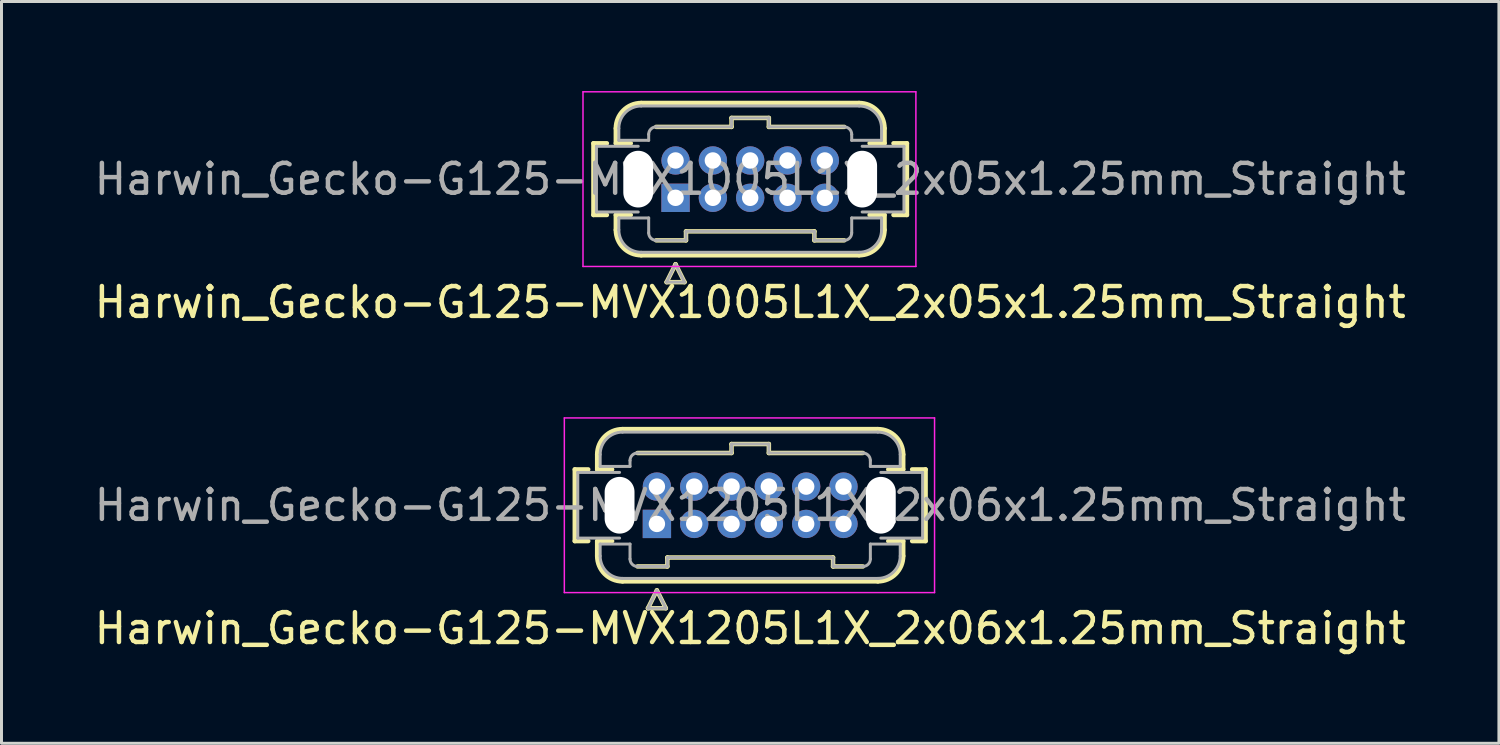
<source format=kicad_pcb>
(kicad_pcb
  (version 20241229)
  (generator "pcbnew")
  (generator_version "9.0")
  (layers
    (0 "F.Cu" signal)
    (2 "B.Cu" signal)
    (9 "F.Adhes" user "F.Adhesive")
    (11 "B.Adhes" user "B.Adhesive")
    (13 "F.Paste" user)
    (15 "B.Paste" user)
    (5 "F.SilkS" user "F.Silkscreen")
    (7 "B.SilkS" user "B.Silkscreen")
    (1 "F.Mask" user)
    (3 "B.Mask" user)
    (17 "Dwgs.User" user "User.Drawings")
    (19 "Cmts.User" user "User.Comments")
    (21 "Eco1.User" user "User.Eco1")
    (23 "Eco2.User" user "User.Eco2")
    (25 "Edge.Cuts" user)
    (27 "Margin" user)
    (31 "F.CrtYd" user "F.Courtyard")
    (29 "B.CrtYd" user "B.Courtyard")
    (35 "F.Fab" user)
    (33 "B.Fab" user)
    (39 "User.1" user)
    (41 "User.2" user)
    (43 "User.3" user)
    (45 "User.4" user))
  (footprint "Harwin_Gecko-G125-MVX1205L1X_2x06x1.25mm_Straight"
    (layer "F.Cu")
    (at 18.952 14.498)
    (property "Reference" "Harwin_Gecko-G125-MVX1205L1X_2x06x1.25mm_Straight" (at 3.125 3.5 0) (layer "F.SilkS") (effects (font (size 1 1) (thickness 0.15))))
    (attr through_hole)
    (fp_line (start -2.75 -1.825) (end -2.75 0.575) (stroke (width 0.15) (type solid)) (layer "F.SilkS"))
    (fp_line (start -2.75 0.575) (end -2.3 0.575) (stroke (width 0.15) (type solid)) (layer "F.SilkS"))
    (fp_line (start -2.3 -1.825) (end -2.75 -1.825) (stroke (width 0.15) (type solid)) (layer "F.SilkS"))
    (fp_line (start -2 -1.825) (end -2 -2.325) (stroke (width 0.15) (type solid)) (layer "F.SilkS"))
    (fp_line (start -2 -1.825) (end -1.5 -1.825) (stroke (width 0.15) (type solid)) (layer "F.SilkS"))
    (fp_line (start -2 0.575) (end -1.5 0.575) (stroke (width 0.15) (type solid)) (layer "F.SilkS"))
    (fp_line (start -2 1.075) (end -2 0.575) (stroke (width 0.15) (type solid)) (layer "F.SilkS"))
    (fp_line (start -1.15 -3.175) (end 7.4 -3.175) (stroke (width 0.15) (type solid)) (layer "F.SilkS"))
    (fp_line (start -1.15 1.925) (end 7.4 1.925) (stroke (width 0.15) (type solid)) (layer "F.SilkS"))
    (fp_line (start -0.65 -2.375) (end 2.5 -2.375) (stroke (width 0.15) (type solid)) (layer "F.SilkS"))
    (fp_line (start -0.65 1.425) (end 0.35 1.425) (stroke (width 0.15) (type solid)) (layer "F.SilkS"))
    (fp_line (start -0.3 2.825) (end 0.3 2.825) (stroke (width 0.15) (type solid)) (layer "F.SilkS"))
    (fp_line (start 0 2.225) (end -0.3 2.825) (stroke (width 0.15) (type solid)) (layer "F.SilkS"))
    (fp_line (start 0.3 2.825) (end 0 2.225) (stroke (width 0.15) (type solid)) (layer "F.SilkS"))
    (fp_line (start 0.35 1.125) (end 5.9 1.125) (stroke (width 0.15) (type solid)) (layer "F.SilkS"))
    (fp_line (start 0.35 1.425) (end 0.35 1.125) (stroke (width 0.15) (type solid)) (layer "F.SilkS"))
    (fp_line (start 2.5 -2.675) (end 3.75 -2.675) (stroke (width 0.15) (type solid)) (layer "F.SilkS"))
    (fp_line (start 2.5 -2.375) (end 2.5 -2.675) (stroke (width 0.15) (type solid)) (layer "F.SilkS"))
    (fp_line (start 3.75 -2.675) (end 3.75 -2.375) (stroke (width 0.15) (type solid)) (layer "F.SilkS"))
    (fp_line (start 3.75 -2.375) (end 6.9 -2.375) (stroke (width 0.15) (type solid)) (layer "F.SilkS"))
    (fp_line (start 5.9 1.125) (end 5.9 1.425) (stroke (width 0.15) (type solid)) (layer "F.SilkS"))
    (fp_line (start 5.9 1.425) (end 6.9 1.425) (stroke (width 0.15) (type solid)) (layer "F.SilkS"))
    (fp_line (start 8.25 -2.325) (end 8.25 -1.825) (stroke (width 0.15) (type solid)) (layer "F.SilkS"))
    (fp_line (start 8.25 -1.825) (end 7.75 -1.825) (stroke (width 0.15) (type solid)) (layer "F.SilkS"))
    (fp_line (start 8.25 0.575) (end 7.75 0.575) (stroke (width 0.15) (type solid)) (layer "F.SilkS"))
    (fp_line (start 8.25 1.075) (end 8.25 0.575) (stroke (width 0.15) (type solid)) (layer "F.SilkS"))
    (fp_line (start 8.55 0.575) (end 9 0.575) (stroke (width 0.15) (type solid)) (layer "F.SilkS"))
    (fp_line (start 9 -1.825) (end 8.55 -1.825) (stroke (width 0.15) (type solid)) (layer "F.SilkS"))
    (fp_line (start 9 -1.825) (end 9 0.575) (stroke (width 0.15) (type solid)) (layer "F.SilkS"))
    (fp_arc (start -2 -2.325) (mid -1.751041 -2.926041) (end -1.15 -3.175) (stroke (width 0.15) (type solid)) (layer "F.SilkS"))
    (fp_arc (start -1.15 1.925) (mid -1.751041 1.676041) (end -2 1.075) (stroke (width 0.15) (type solid)) (layer "F.SilkS"))
    (fp_arc (start 7.4 -3.175) (mid 8.001041 -2.926041) (end 8.25 -2.325) (stroke (width 0.15) (type solid)) (layer "F.SilkS"))
    (fp_arc (start 8.25 1.075) (mid 8.001041 1.676041) (end 7.4 1.925) (stroke (width 0.15) (type solid)) (layer "F.SilkS"))
    (fp_line (start -3.1 -3.55) (end -3.1 2.3) (stroke (width 0.05) (type solid)) (layer "F.CrtYd"))
    (fp_line (start -3.1 2.3) (end 9.3 2.3) (stroke (width 0.05) (type solid)) (layer "F.CrtYd"))
    (fp_line (start 9.3 -3.55) (end -3.1 -3.55) (stroke (width 0.05) (type solid)) (layer "F.CrtYd"))
    (fp_line (start 9.3 2.3) (end 9.3 -3.55) (stroke (width 0.05) (type solid)) (layer "F.CrtYd"))
    (fp_line (start -2.65 0.475) (end -2.65 -1.725) (stroke (width 0.1) (type solid)) (layer "F.Fab"))
    (fp_line (start -2.65 0.475) (end -1.25 0.475) (stroke (width 0.1) (type solid)) (layer "F.Fab"))
    (fp_line (start -1.9 -2.325) (end -1.9 -1.925) (stroke (width 0.1) (type solid)) (layer "F.Fab"))
    (fp_line (start -1.9 -1.925) (end -0.9 -1.925) (stroke (width 0.1) (type solid)) (layer "F.Fab"))
    (fp_line (start -1.9 0.675) (end -0.9 0.675) (stroke (width 0.1) (type solid)) (layer "F.Fab"))
    (fp_line (start -1.9 1.075) (end -1.9 0.675) (stroke (width 0.1) (type solid)) (layer "F.Fab"))
    (fp_line (start -1.25 -1.725) (end -2.65 -1.725) (stroke (width 0.1) (type solid)) (layer "F.Fab"))
    (fp_line (start -1.15 -3.075) (end 7.4 -3.075) (stroke (width 0.1) (type solid)) (layer "F.Fab"))
    (fp_line (start -1.15 1.825) (end 7.4 1.825) (stroke (width 0.1) (type solid)) (layer "F.Fab"))
    (fp_line (start -0.9 -2.125) (end -0.9 -1.925) (stroke (width 0.1) (type solid)) (layer "F.Fab"))
    (fp_line (start -0.9 1.175) (end -0.9 0.675) (stroke (width 0.1) (type solid)) (layer "F.Fab"))
    (fp_line (start -0.65 -2.375) (end 2.5 -2.375) (stroke (width 0.1) (type solid)) (layer "F.Fab"))
    (fp_line (start -0.65 1.425) (end 0.35 1.425) (stroke (width 0.1) (type solid)) (layer "F.Fab"))
    (fp_line (start -0.3 2.825) (end 0.3 2.825) (stroke (width 0.1) (type solid)) (layer "F.Fab"))
    (fp_line (start 0 2.225) (end -0.3 2.825) (stroke (width 0.1) (type solid)) (layer "F.Fab"))
    (fp_line (start 0.3 2.825) (end 0 2.225) (stroke (width 0.1) (type solid)) (layer "F.Fab"))
    (fp_line (start 0.35 1.125) (end 5.9 1.125) (stroke (width 0.1) (type solid)) (layer "F.Fab"))
    (fp_line (start 0.35 1.425) (end 0.35 1.125) (stroke (width 0.1) (type solid)) (layer "F.Fab"))
    (fp_line (start 2.5 -2.675) (end 3.75 -2.675) (stroke (width 0.1) (type solid)) (layer "F.Fab"))
    (fp_line (start 2.5 -2.375) (end 2.5 -2.675) (stroke (width 0.1) (type solid)) (layer "F.Fab"))
    (fp_line (start 3.75 -2.675) (end 3.75 -2.375) (stroke (width 0.1) (type solid)) (layer "F.Fab"))
    (fp_line (start 3.75 -2.375) (end 6.9 -2.375) (stroke (width 0.1) (type solid)) (layer "F.Fab"))
    (fp_line (start 5.9 1.125) (end 5.9 1.425) (stroke (width 0.1) (type solid)) (layer "F.Fab"))
    (fp_line (start 5.9 1.425) (end 6.9 1.425) (stroke (width 0.1) (type solid)) (layer "F.Fab"))
    (fp_line (start 7.15 -2.125) (end 7.15 -1.925) (stroke (width 0.1) (type solid)) (layer "F.Fab"))
    (fp_line (start 7.15 1.175) (end 7.15 0.675) (stroke (width 0.1) (type solid)) (layer "F.Fab"))
    (fp_line (start 7.5 0.475) (end 8.9 0.475) (stroke (width 0.1) (type solid)) (layer "F.Fab"))
    (fp_line (start 8.15 -2.325) (end 8.15 -1.925) (stroke (width 0.1) (type solid)) (layer "F.Fab"))
    (fp_line (start 8.15 -1.925) (end 7.15 -1.925) (stroke (width 0.1) (type solid)) (layer "F.Fab"))
    (fp_line (start 8.15 0.675) (end 7.15 0.675) (stroke (width 0.1) (type solid)) (layer "F.Fab"))
    (fp_line (start 8.15 1.075) (end 8.15 0.675) (stroke (width 0.1) (type solid)) (layer "F.Fab"))
    (fp_line (start 8.9 -1.725) (end 7.5 -1.725) (stroke (width 0.1) (type solid)) (layer "F.Fab"))
    (fp_line (start 8.9 -1.725) (end 8.9 0.475) (stroke (width 0.1) (type solid)) (layer "F.Fab"))
    (fp_arc (start -1.9 -2.325) (mid -1.68033 -2.85533) (end -1.15 -3.075) (stroke (width 0.1) (type solid)) (layer "F.Fab"))
    (fp_arc (start -1.15 1.825) (mid -1.68033 1.60533) (end -1.9 1.075) (stroke (width 0.1) (type solid)) (layer "F.Fab"))
    (fp_arc (start -0.9 -2.125) (mid -0.826777 -2.301777) (end -0.65 -2.375) (stroke (width 0.1) (type solid)) (layer "F.Fab"))
    (fp_arc (start -0.65 1.425) (mid -0.826777 1.351777) (end -0.9 1.175) (stroke (width 0.1) (type solid)) (layer "F.Fab"))
    (fp_arc (start 6.9 -2.375) (mid 7.076777 -2.301777) (end 7.15 -2.125) (stroke (width 0.1) (type solid)) (layer "F.Fab"))
    (fp_arc (start 7.15 1.175) (mid 7.076777 1.351777) (end 6.9 1.425) (stroke (width 0.1) (type solid)) (layer "F.Fab"))
    (fp_arc (start 7.4 -3.075) (mid 7.93033 -2.85533) (end 8.15 -2.325) (stroke (width 0.1) (type solid)) (layer "F.Fab"))
    (fp_arc (start 8.15 1.075) (mid 7.93033 1.60533) (end 7.4 1.825) (stroke (width 0.1) (type solid)) (layer "F.Fab"))
    (fp_text user "${REFERENCE}" (at 3.125 -0.625 0) (layer "F.Fab") (effects (font (size 1 1) (thickness 0.15))))
    (pad "" np_thru_hole oval (at -1.25 -0.625) (size 1 1.9) (drill oval 1 1.9) (layers "*.Cu" "*.Mask"))
    (pad "" np_thru_hole oval (at 7.5 -0.625) (size 1 1.9) (drill oval 1 1.9) (layers "*.Cu" "*.Mask"))
    (pad "1" thru_hole rect (at 0 0) (size 0.95 0.95) (drill 0.55) (layers "*.Cu" "*.Mask"))
    (pad "2" thru_hole circle (at 1.25 0) (size 0.95 0.95) (drill 0.55) (layers "*.Cu" "*.Mask"))
    (pad "3" thru_hole circle (at 2.5 0) (size 0.95 0.95) (drill 0.55) (layers "*.Cu" "*.Mask"))
    (pad "4" thru_hole circle (at 3.75 0) (size 0.95 0.95) (drill 0.55) (layers "*.Cu" "*.Mask"))
    (pad "5" thru_hole circle (at 5 0) (size 0.95 0.95) (drill 0.55) (layers "*.Cu" "*.Mask"))
    (pad "6" thru_hole circle (at 6.25 0) (size 0.95 0.95) (drill 0.55) (layers "*.Cu" "*.Mask"))
    (pad "7" thru_hole circle (at 0 -1.25) (size 0.95 0.95) (drill 0.55) (layers "*.Cu" "*.Mask"))
    (pad "8" thru_hole circle (at 1.25 -1.25) (size 0.95 0.95) (drill 0.55) (layers "*.Cu" "*.Mask"))
    (pad "9" thru_hole circle (at 2.5 -1.25) (size 0.95 0.95) (drill 0.55) (layers "*.Cu" "*.Mask"))
    (pad "10" thru_hole circle (at 3.75 -1.25) (size 0.95 0.95) (drill 0.55) (layers "*.Cu" "*.Mask"))
    (pad "11" thru_hole circle (at 5 -1.25) (size 0.95 0.95) (drill 0.55) (layers "*.Cu" "*.Mask"))
    (pad "12" thru_hole circle (at 6.25 -1.25) (size 0.95 0.95) (drill 0.55) (layers "*.Cu" "*.Mask")))
  (footprint "Harwin_Gecko-G125-MVX1005L1X_2x05x1.25mm_Straight"
    (layer "F.Cu")
    (at 19.577 3.575)
    (property "Reference" "Harwin_Gecko-G125-MVX1005L1X_2x05x1.25mm_Straight" (at 2.5 3.5 0) (layer "F.SilkS") (effects (font (size 1 1) (thickness 0.15))))
    (attr through_hole)
    (fp_line (start -2.75 -1.825) (end -2.75 0.575) (stroke (width 0.15) (type solid)) (layer "F.SilkS"))
    (fp_line (start -2.75 0.575) (end -2.3 0.575) (stroke (width 0.15) (type solid)) (layer "F.SilkS"))
    (fp_line (start -2.3 -1.825) (end -2.75 -1.825) (stroke (width 0.15) (type solid)) (layer "F.SilkS"))
    (fp_line (start -2 -1.825) (end -2 -2.325) (stroke (width 0.15) (type solid)) (layer "F.SilkS"))
    (fp_line (start -2 -1.825) (end -1.5 -1.825) (stroke (width 0.15) (type solid)) (layer "F.SilkS"))
    (fp_line (start -2 0.575) (end -1.5 0.575) (stroke (width 0.15) (type solid)) (layer "F.SilkS"))
    (fp_line (start -2 1.075) (end -2 0.575) (stroke (width 0.15) (type solid)) (layer "F.SilkS"))
    (fp_line (start -1.15 -3.175) (end 6.15 -3.175) (stroke (width 0.15) (type solid)) (layer "F.SilkS"))
    (fp_line (start -1.15 1.925) (end 6.15 1.925) (stroke (width 0.15) (type solid)) (layer "F.SilkS"))
    (fp_line (start -0.65 -2.375) (end 1.875 -2.375) (stroke (width 0.15) (type solid)) (layer "F.SilkS"))
    (fp_line (start -0.65 1.425) (end 0.35 1.425) (stroke (width 0.15) (type solid)) (layer "F.SilkS"))
    (fp_line (start -0.3 2.825) (end 0.3 2.825) (stroke (width 0.15) (type solid)) (layer "F.SilkS"))
    (fp_line (start 0 2.225) (end -0.3 2.825) (stroke (width 0.15) (type solid)) (layer "F.SilkS"))
    (fp_line (start 0.3 2.825) (end 0 2.225) (stroke (width 0.15) (type solid)) (layer "F.SilkS"))
    (fp_line (start 0.35 1.125) (end 4.65 1.125) (stroke (width 0.15) (type solid)) (layer "F.SilkS"))
    (fp_line (start 0.35 1.425) (end 0.35 1.125) (stroke (width 0.15) (type solid)) (layer "F.SilkS"))
    (fp_line (start 1.875 -2.675) (end 3.125 -2.675) (stroke (width 0.15) (type solid)) (layer "F.SilkS"))
    (fp_line (start 1.875 -2.375) (end 1.875 -2.675) (stroke (width 0.15) (type solid)) (layer "F.SilkS"))
    (fp_line (start 3.125 -2.675) (end 3.125 -2.375) (stroke (width 0.15) (type solid)) (layer "F.SilkS"))
    (fp_line (start 3.125 -2.375) (end 5.65 -2.375) (stroke (width 0.15) (type solid)) (layer "F.SilkS"))
    (fp_line (start 4.65 1.125) (end 4.65 1.425) (stroke (width 0.15) (type solid)) (layer "F.SilkS"))
    (fp_line (start 4.65 1.425) (end 5.65 1.425) (stroke (width 0.15) (type solid)) (layer "F.SilkS"))
    (fp_line (start 7 -2.325) (end 7 -1.825) (stroke (width 0.15) (type solid)) (layer "F.SilkS"))
    (fp_line (start 7 -1.825) (end 6.5 -1.825) (stroke (width 0.15) (type solid)) (layer "F.SilkS"))
    (fp_line (start 7 0.575) (end 6.5 0.575) (stroke (width 0.15) (type solid)) (layer "F.SilkS"))
    (fp_line (start 7 1.075) (end 7 0.575) (stroke (width 0.15) (type solid)) (layer "F.SilkS"))
    (fp_line (start 7.3 0.575) (end 7.75 0.575) (stroke (width 0.15) (type solid)) (layer "F.SilkS"))
    (fp_line (start 7.75 -1.825) (end 7.3 -1.825) (stroke (width 0.15) (type solid)) (layer "F.SilkS"))
    (fp_line (start 7.75 -1.825) (end 7.75 0.575) (stroke (width 0.15) (type solid)) (layer "F.SilkS"))
    (fp_arc (start -2 -2.325) (mid -1.751041 -2.926041) (end -1.15 -3.175) (stroke (width 0.15) (type solid)) (layer "F.SilkS"))
    (fp_arc (start -1.15 1.925) (mid -1.751041 1.676041) (end -2 1.075) (stroke (width 0.15) (type solid)) (layer "F.SilkS"))
    (fp_arc (start 6.15 -3.175) (mid 6.751041 -2.926041) (end 7 -2.325) (stroke (width 0.15) (type solid)) (layer "F.SilkS"))
    (fp_arc (start 7 1.075) (mid 6.751041 1.676041) (end 6.15 1.925) (stroke (width 0.15) (type solid)) (layer "F.SilkS"))
    (fp_line (start -3.1 -3.55) (end -3.1 2.3) (stroke (width 0.05) (type solid)) (layer "F.CrtYd"))
    (fp_line (start -3.1 2.3) (end 8.05 2.3) (stroke (width 0.05) (type solid)) (layer "F.CrtYd"))
    (fp_line (start 8.05 -3.55) (end -3.1 -3.55) (stroke (width 0.05) (type solid)) (layer "F.CrtYd"))
    (fp_line (start 8.05 2.3) (end 8.05 -3.55) (stroke (width 0.05) (type solid)) (layer "F.CrtYd"))
    (fp_line (start -2.65 0.475) (end -2.65 -1.725) (stroke (width 0.1) (type solid)) (layer "F.Fab"))
    (fp_line (start -2.65 0.475) (end -1.25 0.475) (stroke (width 0.1) (type solid)) (layer "F.Fab"))
    (fp_line (start -1.9 -2.325) (end -1.9 -1.925) (stroke (width 0.1) (type solid)) (layer "F.Fab"))
    (fp_line (start -1.9 -1.925) (end -0.9 -1.925) (stroke (width 0.1) (type solid)) (layer "F.Fab"))
    (fp_line (start -1.9 0.675) (end -0.9 0.675) (stroke (width 0.1) (type solid)) (layer "F.Fab"))
    (fp_line (start -1.9 1.075) (end -1.9 0.675) (stroke (width 0.1) (type solid)) (layer "F.Fab"))
    (fp_line (start -1.25 -1.725) (end -2.65 -1.725) (stroke (width 0.1) (type solid)) (layer "F.Fab"))
    (fp_line (start -1.15 -3.075) (end 6.15 -3.075) (stroke (width 0.1) (type solid)) (layer "F.Fab"))
    (fp_line (start -1.15 1.825) (end 6.15 1.825) (stroke (width 0.1) (type solid)) (layer "F.Fab"))
    (fp_line (start -0.9 -2.125) (end -0.9 -1.925) (stroke (width 0.1) (type solid)) (layer "F.Fab"))
    (fp_line (start -0.9 1.175) (end -0.9 0.675) (stroke (width 0.1) (type solid)) (layer "F.Fab"))
    (fp_line (start -0.65 -2.375) (end 1.875 -2.375) (stroke (width 0.1) (type solid)) (layer "F.Fab"))
    (fp_line (start -0.65 1.425) (end 0.35 1.425) (stroke (width 0.1) (type solid)) (layer "F.Fab"))
    (fp_line (start -0.3 2.825) (end 0.3 2.825) (stroke (width 0.1) (type solid)) (layer "F.Fab"))
    (fp_line (start 0 2.225) (end -0.3 2.825) (stroke (width 0.1) (type solid)) (layer "F.Fab"))
    (fp_line (start 0.3 2.825) (end 0 2.225) (stroke (width 0.1) (type solid)) (layer "F.Fab"))
    (fp_line (start 0.35 1.125) (end 4.65 1.125) (stroke (width 0.1) (type solid)) (layer "F.Fab"))
    (fp_line (start 0.35 1.425) (end 0.35 1.125) (stroke (width 0.1) (type solid)) (layer "F.Fab"))
    (fp_line (start 1.875 -2.675) (end 3.125 -2.675) (stroke (width 0.1) (type solid)) (layer "F.Fab"))
    (fp_line (start 1.875 -2.375) (end 1.875 -2.675) (stroke (width 0.1) (type solid)) (layer "F.Fab"))
    (fp_line (start 3.125 -2.675) (end 3.125 -2.375) (stroke (width 0.1) (type solid)) (layer "F.Fab"))
    (fp_line (start 3.125 -2.375) (end 5.65 -2.375) (stroke (width 0.1) (type solid)) (layer "F.Fab"))
    (fp_line (start 4.65 1.125) (end 4.65 1.425) (stroke (width 0.1) (type solid)) (layer "F.Fab"))
    (fp_line (start 4.65 1.425) (end 5.65 1.425) (stroke (width 0.1) (type solid)) (layer "F.Fab"))
    (fp_line (start 5.9 -2.125) (end 5.9 -1.925) (stroke (width 0.1) (type solid)) (layer "F.Fab"))
    (fp_line (start 5.9 1.175) (end 5.9 0.675) (stroke (width 0.1) (type solid)) (layer "F.Fab"))
    (fp_line (start 6.25 0.475) (end 7.65 0.475) (stroke (width 0.1) (type solid)) (layer "F.Fab"))
    (fp_line (start 6.9 -2.325) (end 6.9 -1.925) (stroke (width 0.1) (type solid)) (layer "F.Fab"))
    (fp_line (start 6.9 -1.925) (end 5.9 -1.925) (stroke (width 0.1) (type solid)) (layer "F.Fab"))
    (fp_line (start 6.9 0.675) (end 5.9 0.675) (stroke (width 0.1) (type solid)) (layer "F.Fab"))
    (fp_line (start 6.9 1.075) (end 6.9 0.675) (stroke (width 0.1) (type solid)) (layer "F.Fab"))
    (fp_line (start 7.65 -1.725) (end 6.25 -1.725) (stroke (width 0.1) (type solid)) (layer "F.Fab"))
    (fp_line (start 7.65 -1.725) (end 7.65 0.475) (stroke (width 0.1) (type solid)) (layer "F.Fab"))
    (fp_arc (start -1.9 -2.325) (mid -1.68033 -2.85533) (end -1.15 -3.075) (stroke (width 0.1) (type solid)) (layer "F.Fab"))
    (fp_arc (start -1.15 1.825) (mid -1.68033 1.60533) (end -1.9 1.075) (stroke (width 0.1) (type solid)) (layer "F.Fab"))
    (fp_arc (start -0.9 -2.125) (mid -0.826777 -2.301777) (end -0.65 -2.375) (stroke (width 0.1) (type solid)) (layer "F.Fab"))
    (fp_arc (start -0.65 1.425) (mid -0.826777 1.351777) (end -0.9 1.175) (stroke (width 0.1) (type solid)) (layer "F.Fab"))
    (fp_arc (start 5.65 -2.375) (mid 5.826777 -2.301777) (end 5.9 -2.125) (stroke (width 0.1) (type solid)) (layer "F.Fab"))
    (fp_arc (start 5.9 1.175) (mid 5.826777 1.351777) (end 5.65 1.425) (stroke (width 0.1) (type solid)) (layer "F.Fab"))
    (fp_arc (start 6.15 -3.075) (mid 6.68033 -2.85533) (end 6.9 -2.325) (stroke (width 0.1) (type solid)) (layer "F.Fab"))
    (fp_arc (start 6.9 1.075) (mid 6.68033 1.60533) (end 6.15 1.825) (stroke (width 0.1) (type solid)) (layer "F.Fab"))
    (fp_text user "${REFERENCE}" (at 2.5 -0.625 0) (layer "F.Fab") (effects (font (size 1 1) (thickness 0.15))))
    (pad "" np_thru_hole oval (at -1.25 -0.625) (size 1 1.9) (drill oval 1 1.9) (layers "*.Cu" "*.Mask"))
    (pad "" np_thru_hole oval (at 6.25 -0.625) (size 1 1.9) (drill oval 1 1.9) (layers "*.Cu" "*.Mask"))
    (pad "1" thru_hole rect (at 0 0) (size 0.95 0.95) (drill 0.55) (layers "*.Cu" "*.Mask"))
    (pad "2" thru_hole circle (at 1.25 0) (size 0.95 0.95) (drill 0.55) (layers "*.Cu" "*.Mask"))
    (pad "3" thru_hole circle (at 2.5 0) (size 0.95 0.95) (drill 0.55) (layers "*.Cu" "*.Mask"))
    (pad "4" thru_hole circle (at 3.75 0) (size 0.95 0.95) (drill 0.55) (layers "*.Cu" "*.Mask"))
    (pad "5" thru_hole circle (at 5 0) (size 0.95 0.95) (drill 0.55) (layers "*.Cu" "*.Mask"))
    (pad "6" thru_hole circle (at 0 -1.25) (size 0.95 0.95) (drill 0.55) (layers "*.Cu" "*.Mask"))
    (pad "7" thru_hole circle (at 1.25 -1.25) (size 0.95 0.95) (drill 0.55) (layers "*.Cu" "*.Mask"))
    (pad "8" thru_hole circle (at 2.5 -1.25) (size 0.95 0.95) (drill 0.55) (layers "*.Cu" "*.Mask"))
    (pad "9" thru_hole circle (at 3.75 -1.25) (size 0.95 0.95) (drill 0.55) (layers "*.Cu" "*.Mask"))
    (pad "10" thru_hole circle (at 5 -1.25) (size 0.95 0.95) (drill 0.55) (layers "*.Cu" "*.Mask")))
  (gr_rect
    (start -3 -3)
    (end 47.155 21.846)
    (stroke (width 0.1) (type default))
    (fill no)
    (layer "Edge.Cuts")))
</source>
